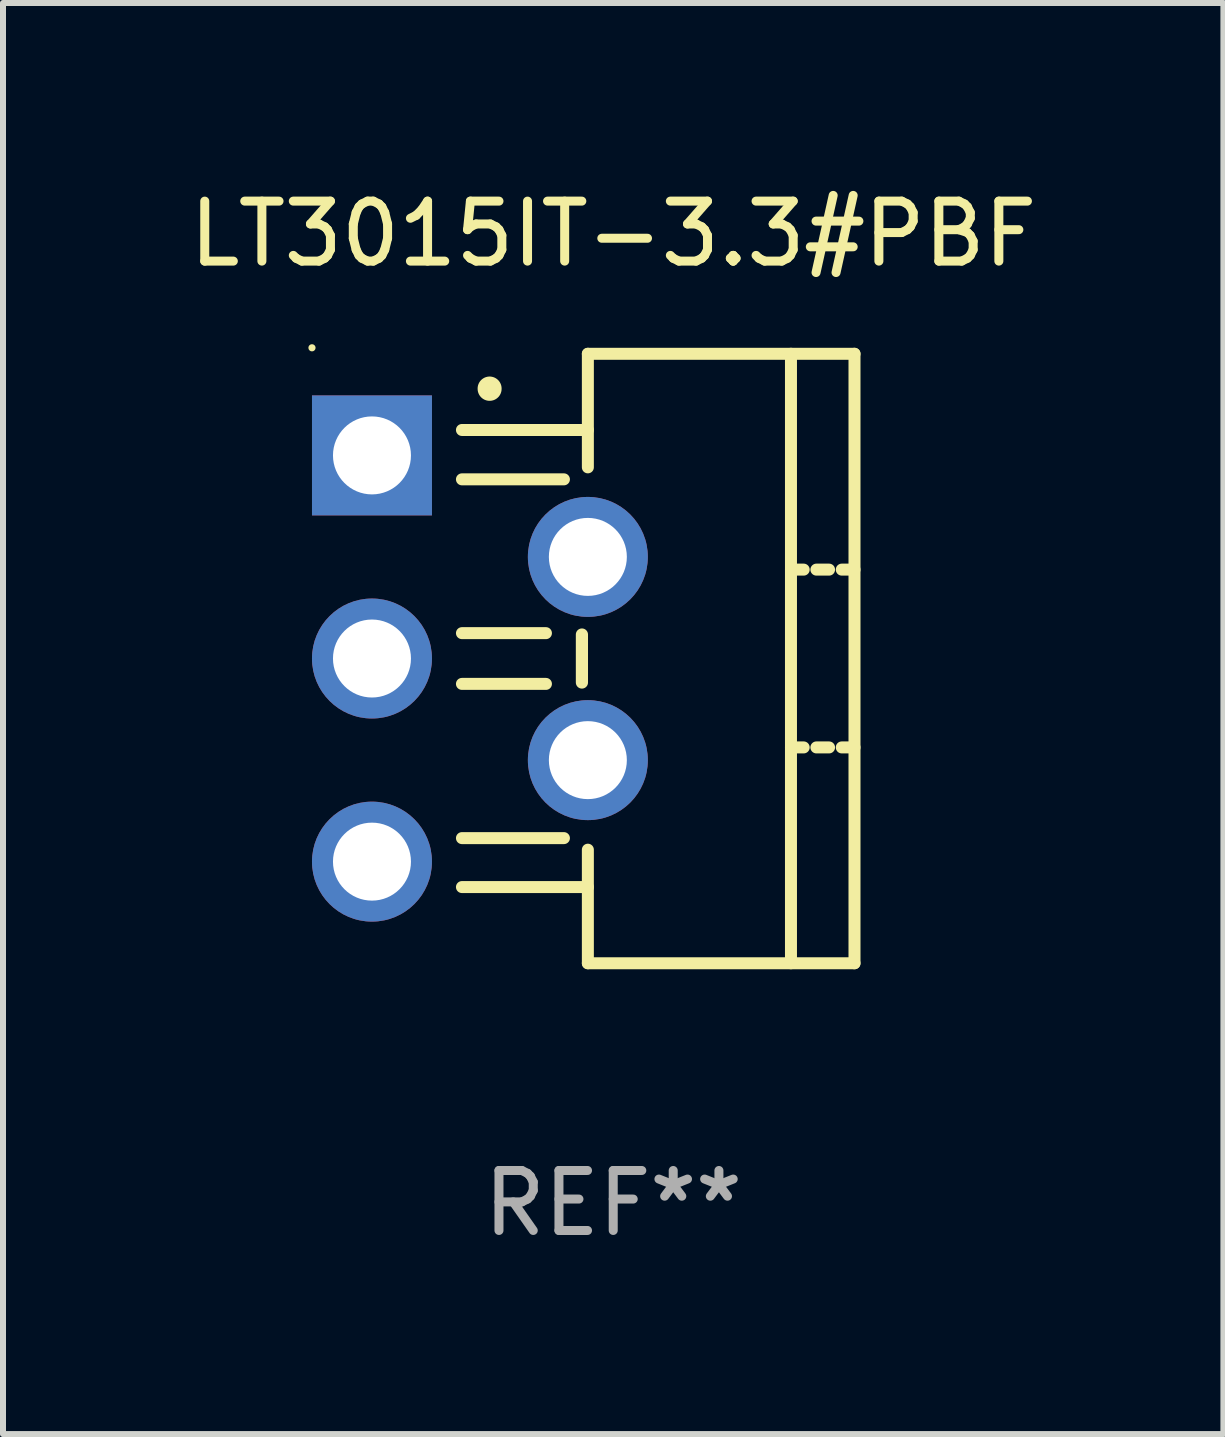
<source format=kicad_pcb>
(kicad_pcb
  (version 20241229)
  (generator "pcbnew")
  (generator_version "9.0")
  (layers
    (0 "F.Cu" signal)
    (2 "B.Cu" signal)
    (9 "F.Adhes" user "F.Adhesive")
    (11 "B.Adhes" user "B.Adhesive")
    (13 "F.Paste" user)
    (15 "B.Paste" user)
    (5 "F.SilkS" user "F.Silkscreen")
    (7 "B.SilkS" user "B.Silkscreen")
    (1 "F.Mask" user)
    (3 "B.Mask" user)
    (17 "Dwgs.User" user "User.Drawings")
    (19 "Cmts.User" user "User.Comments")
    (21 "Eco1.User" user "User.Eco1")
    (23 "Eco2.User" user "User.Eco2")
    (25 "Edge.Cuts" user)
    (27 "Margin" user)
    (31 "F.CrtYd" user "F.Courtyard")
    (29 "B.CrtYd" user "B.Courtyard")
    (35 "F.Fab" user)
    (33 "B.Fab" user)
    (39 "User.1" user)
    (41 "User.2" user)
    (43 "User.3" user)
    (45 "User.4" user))
  (footprint "LT3015IT-3.3#PBF"
    (layer "F.Cu")
    (at 7.173 7.928)
    (property "Reference" "LT3015IT-3.3#PBF" (at 0 -7.08 0) (layer "F.SilkS") (effects (font (size 1 1) (thickness 0.15))))
    (attr through_hole)
    (fp_line (start -2.522 -3.81) (end -0.423 -3.81) (stroke (width 0.2) (type solid)) (layer "F.SilkS"))
    (fp_line (start -2.522 -2.987) (end -0.822 -2.987) (stroke (width 0.2) (type solid)) (layer "F.SilkS"))
    (fp_line (start -2.522 -0.423) (end -1.122 -0.423) (stroke (width 0.2) (type solid)) (layer "F.SilkS"))
    (fp_line (start -2.522 0.423) (end -1.122 0.423) (stroke (width 0.2) (type solid)) (layer "F.SilkS"))
    (fp_line (start -2.522 2.994) (end -0.822 2.994) (stroke (width 0.2) (type solid)) (layer "F.SilkS"))
    (fp_line (start -2.522 3.81) (end -0.423 3.81) (stroke (width 0.2) (type solid)) (layer "F.SilkS"))
    (fp_line (start -0.522 0.4) (end -0.522 -0.4) (stroke (width 0.203) (type solid)) (layer "F.SilkS"))
    (fp_line (start -0.423 -5.08) (end 4.022 -5.08) (stroke (width 0.2) (type solid)) (layer "F.SilkS"))
    (fp_line (start -0.423 -3.187) (end -0.423 -5.08) (stroke (width 0.2) (type solid)) (layer "F.SilkS"))
    (fp_line (start -0.423 5.08) (end -0.423 3.187) (stroke (width 0.2) (type solid)) (layer "F.SilkS"))
    (fp_line (start 2.963 -1.482) (end 3.175 -1.482) (stroke (width 0.2) (type solid)) (layer "F.SilkS"))
    (fp_line (start 2.963 1.482) (end 3.175 1.482) (stroke (width 0.2) (type solid)) (layer "F.SilkS"))
    (fp_line (start 2.963 5.08) (end 2.963 -5.08) (stroke (width 0.2) (type solid)) (layer "F.SilkS"))
    (fp_line (start 3.387 -1.482) (end 3.598 -1.482) (stroke (width 0.2) (type solid)) (layer "F.SilkS"))
    (fp_line (start 3.387 1.482) (end 3.598 1.482) (stroke (width 0.2) (type solid)) (layer "F.SilkS"))
    (fp_line (start 3.81 -1.482) (end 4.022 -1.482) (stroke (width 0.2) (type solid)) (layer "F.SilkS"))
    (fp_line (start 3.81 1.482) (end 4.022 1.482) (stroke (width 0.2) (type solid)) (layer "F.SilkS"))
    (fp_line (start 4.022 -5.08) (end 4.022 5.08) (stroke (width 0.2) (type solid)) (layer "F.SilkS"))
    (fp_line (start 4.022 5.08) (end -0.423 5.08) (stroke (width 0.2) (type solid)) (layer "F.SilkS"))
    (fp_arc (start -2.060833 -4.495809) (mid -2.060849 -4.498349) (end -2.060833 -4.500889) (stroke (width 0.4) (type solid)) (layer "F.SilkS"))
    (fp_circle (center -5.022 -5.18) (end -4.992 -5.18) (stroke (width 0.06) (type solid)) (fill no) (layer "F.SilkS"))
    (fp_text user "REF**" (at 0 9.08 0) (layer "F.Fab") (effects (font (size 1 1) (thickness 0.15))))
    (pad "1" thru_hole rect (at -4.022 -3.386 270) (size 2 2) (drill 1.3) (layers "*.Cu" "*.Mask"))
    (pad "2" thru_hole circle (at -0.423 -1.694) (size 2 2) (drill 1.3) (layers "*.Cu" "*.Mask"))
    (pad "3" thru_hole circle (at -4.022 0) (size 2 2) (drill 1.3) (layers "*.Cu" "*.Mask"))
    (pad "4" thru_hole circle (at -0.423 1.694) (size 2 2) (drill 1.3) (layers "*.Cu" "*.Mask"))
    (pad "5" thru_hole circle (at -4.022 3.386) (size 2 2) (drill 1.3) (layers "*.Cu" "*.Mask")))
  (gr_rect
    (start -3 -3)
    (end 17.345 20.857)
    (stroke (width 0.1) (type default))
    (fill no)
    (layer "Edge.Cuts")))
</source>
